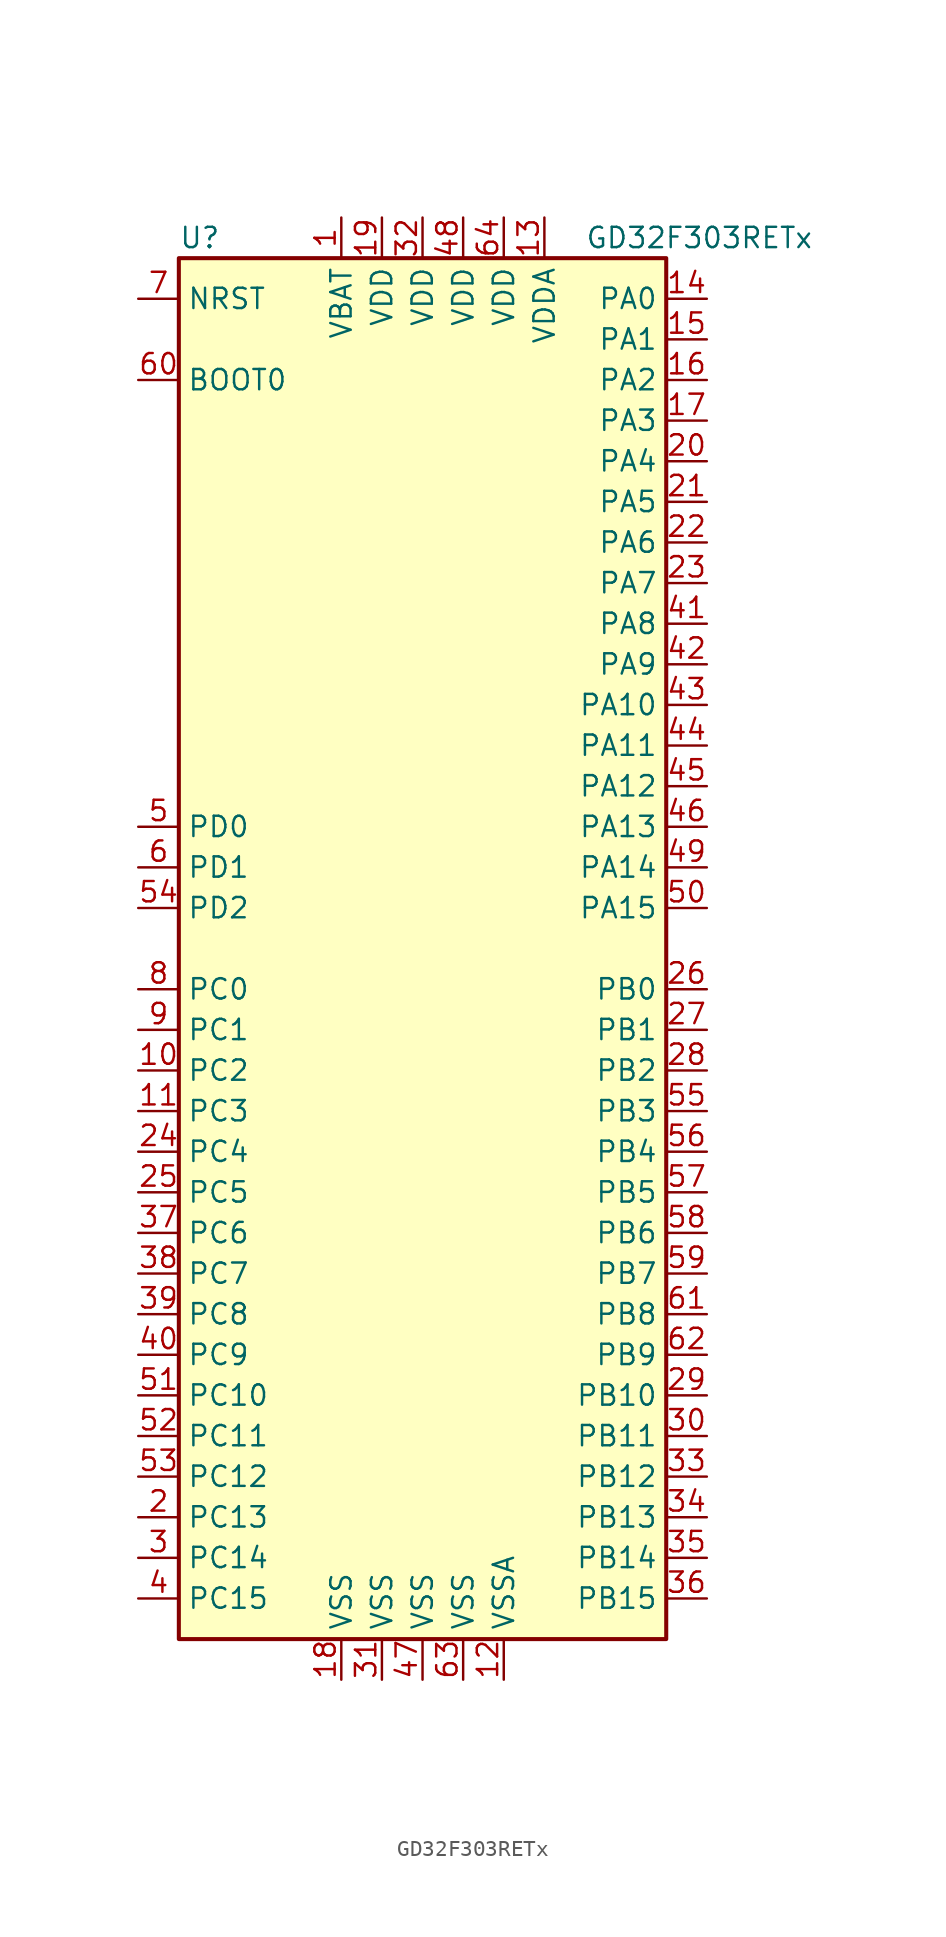
<source format=kicad_sym>
(kicad_symbol_lib
  (version 20211014)
  (generator kicad_symbol_editor)
  (symbol "GD32F303RETx"
    (property "Reference" "U"
      (at -15.24 44.45 0)
      (effects (font (size 1.27 1.27)) (justify left)))
    (property "Value" "GD32F303RETx"
      (at 10.16 44.45 0)
      (effects (font (size 1.27 1.27)) (justify left)))
    (symbol "GD32F303RETx_0_1"
      (rectangle (start -15.24 -43.18) (end 15.24 43.18) (stroke (width 0.254) (type default) (color 0 0 0 0)) (fill (type background))))
    (symbol "GD32F303RETx_1_1"
      (pin power_in line (at -5.08 45.72 270) (length 2.54) (name "VBAT" (effects (font (size 1.27 1.27)))) (number "1" (effects (font (size 1.27 1.27)))))
      (pin bidirectional line (at -17.78 -7.62 0) (length 2.54) (name "PC2" (effects (font (size 1.27 1.27)))) (number "10" (effects (font (size 1.27 1.27)))))
      (pin bidirectional line (at -17.78 -10.16 0) (length 2.54) (name "PC3" (effects (font (size 1.27 1.27)))) (number "11" (effects (font (size 1.27 1.27)))))
      (pin power_in line (at 5.08 -45.72 90) (length 2.54) (name "VSSA" (effects (font (size 1.27 1.27)))) (number "12" (effects (font (size 1.27 1.27)))))
      (pin power_in line (at 7.62 45.72 270) (length 2.54) (name "VDDA" (effects (font (size 1.27 1.27)))) (number "13" (effects (font (size 1.27 1.27)))))
      (pin bidirectional line (at 17.78 40.64 180) (length 2.54) (name "PA0" (effects (font (size 1.27 1.27)))) (number "14" (effects (font (size 1.27 1.27)))))
      (pin bidirectional line (at 17.78 38.1 180) (length 2.54) (name "PA1" (effects (font (size 1.27 1.27)))) (number "15" (effects (font (size 1.27 1.27)))))
      (pin bidirectional line (at 17.78 35.56 180) (length 2.54) (name "PA2" (effects (font (size 1.27 1.27)))) (number "16" (effects (font (size 1.27 1.27)))))
      (pin bidirectional line (at 17.78 33.02 180) (length 2.54) (name "PA3" (effects (font (size 1.27 1.27)))) (number "17" (effects (font (size 1.27 1.27)))))
      (pin power_in line (at -5.08 -45.72 90) (length 2.54) (name "VSS" (effects (font (size 1.27 1.27)))) (number "18" (effects (font (size 1.27 1.27)))))
      (pin power_in line (at -2.54 45.72 270) (length 2.54) (name "VDD" (effects (font (size 1.27 1.27)))) (number "19" (effects (font (size 1.27 1.27)))))
      (pin bidirectional line (at -17.78 -35.56 0) (length 2.54) (name "PC13" (effects (font (size 1.27 1.27)))) (number "2" (effects (font (size 1.27 1.27)))))
      (pin bidirectional line (at 17.78 30.48 180) (length 2.54) (name "PA4" (effects (font (size 1.27 1.27)))) (number "20" (effects (font (size 1.27 1.27)))))
      (pin bidirectional line (at 17.78 27.94 180) (length 2.54) (name "PA5" (effects (font (size 1.27 1.27)))) (number "21" (effects (font (size 1.27 1.27)))))
      (pin bidirectional line (at 17.78 25.4 180) (length 2.54) (name "PA6" (effects (font (size 1.27 1.27)))) (number "22" (effects (font (size 1.27 1.27)))))
      (pin bidirectional line (at 17.78 22.86 180) (length 2.54) (name "PA7" (effects (font (size 1.27 1.27)))) (number "23" (effects (font (size 1.27 1.27)))))
      (pin bidirectional line (at -17.78 -12.7 0) (length 2.54) (name "PC4" (effects (font (size 1.27 1.27)))) (number "24" (effects (font (size 1.27 1.27)))))
      (pin bidirectional line (at -17.78 -15.24 0) (length 2.54) (name "PC5" (effects (font (size 1.27 1.27)))) (number "25" (effects (font (size 1.27 1.27)))))
      (pin bidirectional line (at 17.78 -2.54 180) (length 2.54) (name "PB0" (effects (font (size 1.27 1.27)))) (number "26" (effects (font (size 1.27 1.27)))))
      (pin bidirectional line (at 17.78 -5.08 180) (length 2.54) (name "PB1" (effects (font (size 1.27 1.27)))) (number "27" (effects (font (size 1.27 1.27)))))
      (pin bidirectional line (at 17.78 -7.62 180) (length 2.54) (name "PB2" (effects (font (size 1.27 1.27)))) (number "28" (effects (font (size 1.27 1.27)))))
      (pin bidirectional line (at 17.78 -27.94 180) (length 2.54) (name "PB10" (effects (font (size 1.27 1.27)))) (number "29" (effects (font (size 1.27 1.27)))))
      (pin bidirectional line (at -17.78 -38.1 0) (length 2.54) (name "PC14" (effects (font (size 1.27 1.27)))) (number "3" (effects (font (size 1.27 1.27)))))
      (pin bidirectional line (at 17.78 -30.48 180) (length 2.54) (name "PB11" (effects (font (size 1.27 1.27)))) (number "30" (effects (font (size 1.27 1.27)))))
      (pin power_in line (at -2.54 -45.72 90) (length 2.54) (name "VSS" (effects (font (size 1.27 1.27)))) (number "31" (effects (font (size 1.27 1.27)))))
      (pin power_in line (at 0 45.72 270) (length 2.54) (name "VDD" (effects (font (size 1.27 1.27)))) (number "32" (effects (font (size 1.27 1.27)))))
      (pin bidirectional line (at 17.78 -33.02 180) (length 2.54) (name "PB12" (effects (font (size 1.27 1.27)))) (number "33" (effects (font (size 1.27 1.27)))))
      (pin bidirectional line (at 17.78 -35.56 180) (length 2.54) (name "PB13" (effects (font (size 1.27 1.27)))) (number "34" (effects (font (size 1.27 1.27)))))
      (pin bidirectional line (at 17.78 -38.1 180) (length 2.54) (name "PB14" (effects (font (size 1.27 1.27)))) (number "35" (effects (font (size 1.27 1.27)))))
      (pin bidirectional line (at 17.78 -40.64 180) (length 2.54) (name "PB15" (effects (font (size 1.27 1.27)))) (number "36" (effects (font (size 1.27 1.27)))))
      (pin bidirectional line (at -17.78 -17.78 0) (length 2.54) (name "PC6" (effects (font (size 1.27 1.27)))) (number "37" (effects (font (size 1.27 1.27)))))
      (pin bidirectional line (at -17.78 -20.32 0) (length 2.54) (name "PC7" (effects (font (size 1.27 1.27)))) (number "38" (effects (font (size 1.27 1.27)))))
      (pin bidirectional line (at -17.78 -22.86 0) (length 2.54) (name "PC8" (effects (font (size 1.27 1.27)))) (number "39" (effects (font (size 1.27 1.27)))))
      (pin bidirectional line (at -17.78 -40.64 0) (length 2.54) (name "PC15" (effects (font (size 1.27 1.27)))) (number "4" (effects (font (size 1.27 1.27)))))
      (pin bidirectional line (at -17.78 -25.4 0) (length 2.54) (name "PC9" (effects (font (size 1.27 1.27)))) (number "40" (effects (font (size 1.27 1.27)))))
      (pin bidirectional line (at 17.78 20.32 180) (length 2.54) (name "PA8" (effects (font (size 1.27 1.27)))) (number "41" (effects (font (size 1.27 1.27)))))
      (pin bidirectional line (at 17.78 17.78 180) (length 2.54) (name "PA9" (effects (font (size 1.27 1.27)))) (number "42" (effects (font (size 1.27 1.27)))))
      (pin bidirectional line (at 17.78 15.24 180) (length 2.54) (name "PA10" (effects (font (size 1.27 1.27)))) (number "43" (effects (font (size 1.27 1.27)))))
      (pin bidirectional line (at 17.78 12.7 180) (length 2.54) (name "PA11" (effects (font (size 1.27 1.27)))) (number "44" (effects (font (size 1.27 1.27)))))
      (pin bidirectional line (at 17.78 10.16 180) (length 2.54) (name "PA12" (effects (font (size 1.27 1.27)))) (number "45" (effects (font (size 1.27 1.27)))))
      (pin bidirectional line (at 17.78 7.62 180) (length 2.54) (name "PA13" (effects (font (size 1.27 1.27)))) (number "46" (effects (font (size 1.27 1.27)))))
      (pin power_in line (at 0 -45.72 90) (length 2.54) (name "VSS" (effects (font (size 1.27 1.27)))) (number "47" (effects (font (size 1.27 1.27)))))
      (pin power_in line (at 2.54 45.72 270) (length 2.54) (name "VDD" (effects (font (size 1.27 1.27)))) (number "48" (effects (font (size 1.27 1.27)))))
      (pin bidirectional line (at 17.78 5.08 180) (length 2.54) (name "PA14" (effects (font (size 1.27 1.27)))) (number "49" (effects (font (size 1.27 1.27)))))
      (pin input line (at -17.78 7.62 0) (length 2.54) (name "PD0" (effects (font (size 1.27 1.27)))) (number "5" (effects (font (size 1.27 1.27)))))
      (pin bidirectional line (at 17.78 2.54 180) (length 2.54) (name "PA15" (effects (font (size 1.27 1.27)))) (number "50" (effects (font (size 1.27 1.27)))))
      (pin bidirectional line (at -17.78 -27.94 0) (length 2.54) (name "PC10" (effects (font (size 1.27 1.27)))) (number "51" (effects (font (size 1.27 1.27)))))
      (pin bidirectional line (at -17.78 -30.48 0) (length 2.54) (name "PC11" (effects (font (size 1.27 1.27)))) (number "52" (effects (font (size 1.27 1.27)))))
      (pin bidirectional line (at -17.78 -33.02 0) (length 2.54) (name "PC12" (effects (font (size 1.27 1.27)))) (number "53" (effects (font (size 1.27 1.27)))))
      (pin bidirectional line (at -17.78 2.54 0) (length 2.54) (name "PD2" (effects (font (size 1.27 1.27)))) (number "54" (effects (font (size 1.27 1.27)))))
      (pin bidirectional line (at 17.78 -10.16 180) (length 2.54) (name "PB3" (effects (font (size 1.27 1.27)))) (number "55" (effects (font (size 1.27 1.27)))))
      (pin bidirectional line (at 17.78 -12.7 180) (length 2.54) (name "PB4" (effects (font (size 1.27 1.27)))) (number "56" (effects (font (size 1.27 1.27)))))
      (pin bidirectional line (at 17.78 -15.24 180) (length 2.54) (name "PB5" (effects (font (size 1.27 1.27)))) (number "57" (effects (font (size 1.27 1.27)))))
      (pin bidirectional line (at 17.78 -17.78 180) (length 2.54) (name "PB6" (effects (font (size 1.27 1.27)))) (number "58" (effects (font (size 1.27 1.27)))))
      (pin bidirectional line (at 17.78 -20.32 180) (length 2.54) (name "PB7" (effects (font (size 1.27 1.27)))) (number "59" (effects (font (size 1.27 1.27)))))
      (pin input line (at -17.78 5.08 0) (length 2.54) (name "PD1" (effects (font (size 1.27 1.27)))) (number "6" (effects (font (size 1.27 1.27)))))
      (pin input line (at -17.78 35.56 0) (length 2.54) (name "BOOT0" (effects (font (size 1.27 1.27)))) (number "60" (effects (font (size 1.27 1.27)))))
      (pin bidirectional line (at 17.78 -22.86 180) (length 2.54) (name "PB8" (effects (font (size 1.27 1.27)))) (number "61" (effects (font (size 1.27 1.27)))))
      (pin bidirectional line (at 17.78 -25.4 180) (length 2.54) (name "PB9" (effects (font (size 1.27 1.27)))) (number "62" (effects (font (size 1.27 1.27)))))
      (pin power_in line (at 2.54 -45.72 90) (length 2.54) (name "VSS" (effects (font (size 1.27 1.27)))) (number "63" (effects (font (size 1.27 1.27)))))
      (pin power_in line (at 5.08 45.72 270) (length 2.54) (name "VDD" (effects (font (size 1.27 1.27)))) (number "64" (effects (font (size 1.27 1.27)))))
      (pin input line (at -17.78 40.64 0) (length 2.54) (name "NRST" (effects (font (size 1.27 1.27)))) (number "7" (effects (font (size 1.27 1.27)))))
      (pin bidirectional line (at -17.78 -2.54 0) (length 2.54) (name "PC0" (effects (font (size 1.27 1.27)))) (number "8" (effects (font (size 1.27 1.27)))))
      (pin bidirectional line (at -17.78 -5.08 0) (length 2.54) (name "PC1" (effects (font (size 1.27 1.27)))) (number "9" (effects (font (size 1.27 1.27))))))))
</source>
